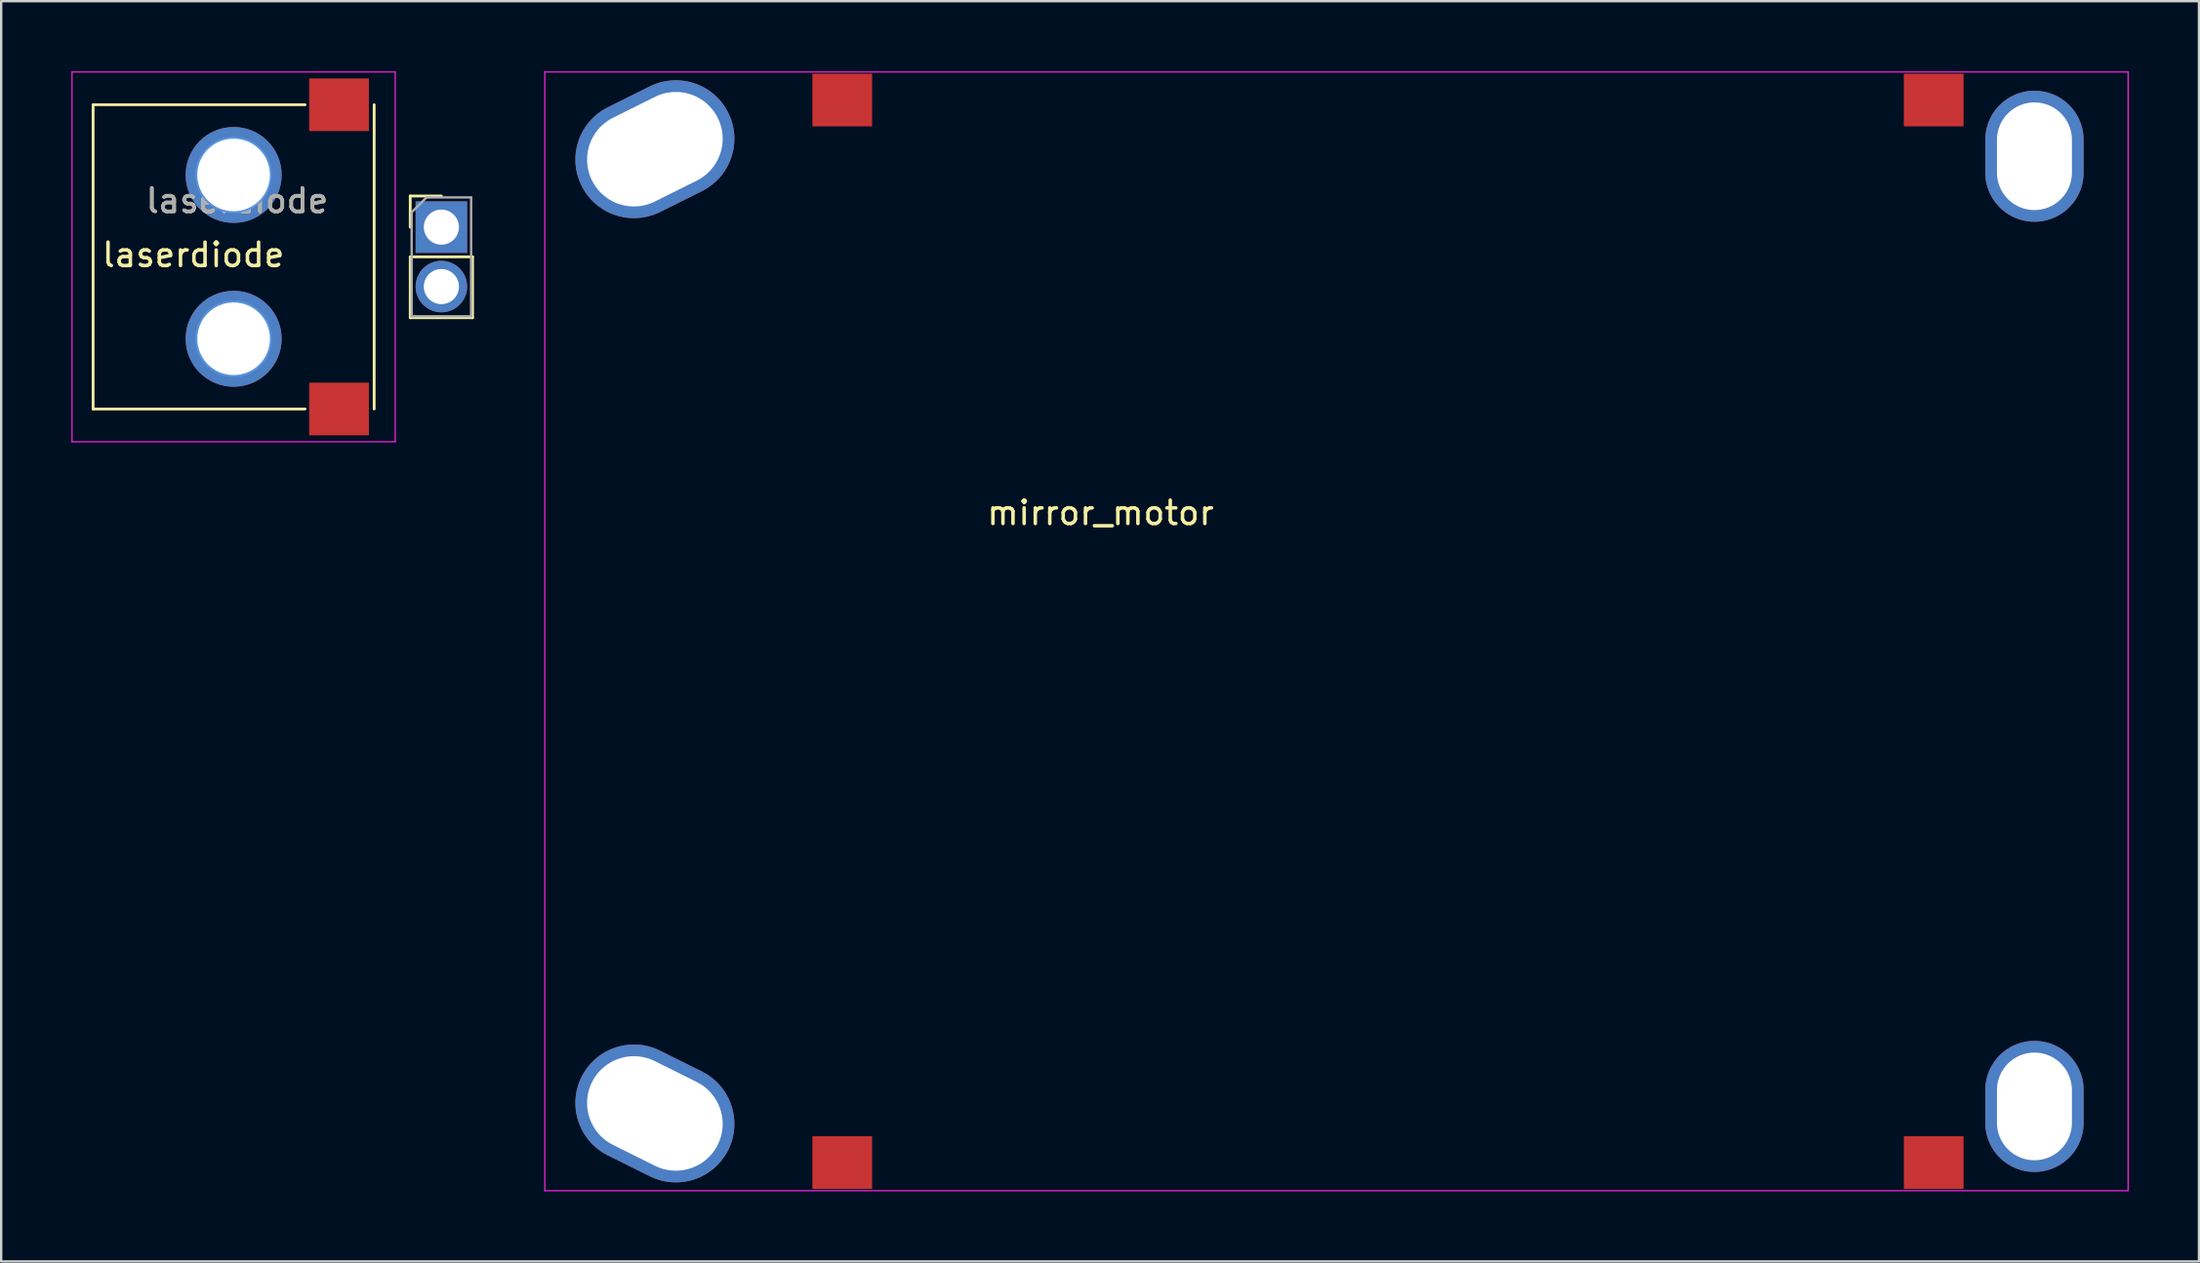
<source format=kicad_pcb>
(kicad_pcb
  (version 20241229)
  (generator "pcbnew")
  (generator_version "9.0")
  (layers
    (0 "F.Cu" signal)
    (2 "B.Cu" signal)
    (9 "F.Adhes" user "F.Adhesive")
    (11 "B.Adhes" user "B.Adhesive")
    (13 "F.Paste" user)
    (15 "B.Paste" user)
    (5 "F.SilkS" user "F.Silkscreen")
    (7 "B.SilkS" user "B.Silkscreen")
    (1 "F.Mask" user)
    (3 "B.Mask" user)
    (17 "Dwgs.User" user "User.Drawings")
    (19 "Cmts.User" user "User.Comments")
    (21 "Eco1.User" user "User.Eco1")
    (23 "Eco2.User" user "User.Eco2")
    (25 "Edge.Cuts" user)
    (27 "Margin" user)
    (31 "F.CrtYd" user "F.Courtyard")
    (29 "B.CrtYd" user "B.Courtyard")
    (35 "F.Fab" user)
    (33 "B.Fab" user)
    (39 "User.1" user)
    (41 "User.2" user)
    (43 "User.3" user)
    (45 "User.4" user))
  (footprint "mirror_motor"
    (layer "F.Cu")
    (at 44.01 23.925)
    (property "Reference" "mirror_motor" (at -0.072 -5.062 0) (layer "F.SilkS") (effects (font (size 1 1) (thickness 0.15))))
    (attr through_hole)
    (fp_line (start -23.8 -23.9) (end -23.8 23.9) (stroke (width 0.05) (type solid)) (layer "F.CrtYd"))
    (fp_line (start -23.8 -23.9) (end 43.8 -23.9) (stroke (width 0.05) (type solid)) (layer "F.CrtYd"))
    (fp_line (start -23.8 23.9) (end 43.8 23.9) (stroke (width 0.05) (type solid)) (layer "F.CrtYd"))
    (fp_line (start 43.8 -23.9) (end 43.8 23.9) (stroke (width 0.05) (type solid)) (layer "F.CrtYd"))
    (pad "1" thru_hole oval (at -19.1 -20.6 116.5) (size 5 7) (drill oval 4 6) (layers "*.Cu" "*.Mask"))
    (pad "1" thru_hole oval (at -19.1 20.6 63.5) (size 5 7) (drill oval 4 6) (layers "*.Cu" "*.Mask"))
    (pad "1" smd rect (at -11.1 -22.7) (size 2.55 2.25) (layers "F.Cu" "F.Mask"))
    (pad "1" smd rect (at -11.1 22.7) (size 2.55 2.25) (layers "F.Cu" "F.Mask"))
    (pad "1" smd rect (at 35.5 -22.7) (size 2.55 2.25) (layers "F.Cu" "F.Mask"))
    (pad "1" smd rect (at 35.5 22.7) (size 2.55 2.25) (layers "F.Cu" "F.Mask"))
    (pad "1" thru_hole oval (at 39.8 -20.3) (size 4.2 5.6) (drill oval 3.2 4.6) (layers "*.Cu" "*.Mask"))
    (pad "1" thru_hole oval (at 39.8 20.3) (size 4.2 5.6) (drill oval 3.2 4.6) (layers "*.Cu" "*.Mask")))
  (footprint "laserdiode"
    (layer "F.Cu")
    (at 6.925 7.925)
    (property "Reference" "laserdiode" (at 0.15 -2.398 0) (layer "F.SilkS") (effects (font (size 1 1) (thickness 0.15))))
    (attr exclude_from_pos_files exclude_from_bom)
    (fp_line (start -6 -6.5) (end -6 6.5) (stroke (width 0.12) (type default)) (layer "F.SilkS"))
    (fp_line (start -6 -6.5) (end 3.05 -6.5) (stroke (width 0.12) (type default)) (layer "F.SilkS"))
    (fp_line (start -6 6.5) (end 3.05 6.5) (stroke (width 0.12) (type default)) (layer "F.SilkS"))
    (fp_line (start 6 6.5) (end 6 -6.5) (stroke (width 0.12) (type default)) (layer "F.SilkS"))
    (fp_line (start 7.54 -2.6) (end 8.87 -2.6) (stroke (width 0.12) (type solid)) (layer "F.SilkS"))
    (fp_line (start 7.54 -1.27) (end 7.54 -2.6) (stroke (width 0.12) (type solid)) (layer "F.SilkS"))
    (fp_line (start 7.54 0) (end 7.54 2.6) (stroke (width 0.12) (type solid)) (layer "F.SilkS"))
    (fp_line (start 7.54 0) (end 10.2 0) (stroke (width 0.12) (type solid)) (layer "F.SilkS"))
    (fp_line (start 7.54 2.6) (end 10.2 2.6) (stroke (width 0.12) (type solid)) (layer "F.SilkS"))
    (fp_line (start 10.2 0) (end 10.2 2.6) (stroke (width 0.12) (type solid)) (layer "F.SilkS"))
    (fp_circle (center 0 -3.5) (end 1.55 -3.5) (stroke (width 0.16) (type solid)) (fill no) (layer "Cmts.User"))
    (fp_circle (center 0 3.5) (end 1.55 3.5) (stroke (width 0.16) (type solid)) (fill no) (layer "Cmts.User"))
    (fp_line (start -6.9 -7.9) (end -6.9 7.9) (stroke (width 0.05) (type solid)) (layer "F.CrtYd"))
    (fp_line (start 6.9 -7.9) (end -6.9 -7.9) (stroke (width 0.05) (type solid)) (layer "F.CrtYd"))
    (fp_line (start 6.9 -7.9) (end 6.9 7.9) (stroke (width 0.05) (type solid)) (layer "F.CrtYd"))
    (fp_line (start 6.9 7.9) (end -6.9 7.9) (stroke (width 0.05) (type solid)) (layer "F.CrtYd"))
    (fp_line (start 7.6 -1.905) (end 8.235 -2.54) (stroke (width 0.1) (type solid)) (layer "F.Fab"))
    (fp_line (start 7.6 2.54) (end 7.6 -1.905) (stroke (width 0.1) (type solid)) (layer "F.Fab"))
    (fp_line (start 8.235 -2.54) (end 10.14 -2.54) (stroke (width 0.1) (type solid)) (layer "F.Fab"))
    (fp_line (start 10.14 -2.54) (end 10.14 2.54) (stroke (width 0.1) (type solid)) (layer "F.Fab"))
    (fp_line (start 10.14 2.54) (end 7.6 2.54) (stroke (width 0.1) (type solid)) (layer "F.Fab"))
    (fp_text user "laserdiode" (at -5.7 0.5 0) (unlocked yes) (layer "F.SilkS") (effects (font (size 1 1) (thickness 0.15)) (justify left bottom)))
    (fp_text user "${REFERENCE}" (at 0.15 -2.4 0) (layer "F.Fab") (effects (font (size 1 1) (thickness 0.15))))
    (pad "1" thru_hole circle (at 0 -3.5) (size 4.1 4.1) (drill 3.1) (layers "*.Cu" "*.Mask"))
    (pad "1" thru_hole circle (at 0 3.5) (size 4.1 4.1) (drill 3.1) (layers "*.Cu" "*.Mask"))
    (pad "1" smd rect (at 4.5 -6.5) (size 2.55 2.25) (layers "F.Cu" "F.Mask"))
    (pad "1" smd rect (at 4.5 6.5) (size 2.55 2.25) (layers "F.Cu" "F.Mask"))
    (pad "2" thru_hole rect (at 8.87 -1.27) (size 2.2 2.2) (drill 1.5) (layers "*.Cu" "*.Mask"))
    (pad "3" thru_hole circle (at 8.87 1.27) (size 2.2 2.2) (drill 1.5) (layers "*.Cu" "*.Mask")))
  (gr_rect
    (start -3 -3)
    (end 90.835 50.85)
    (stroke (width 0.1) (type default))
    (fill no)
    (layer "Edge.Cuts")))
</source>
